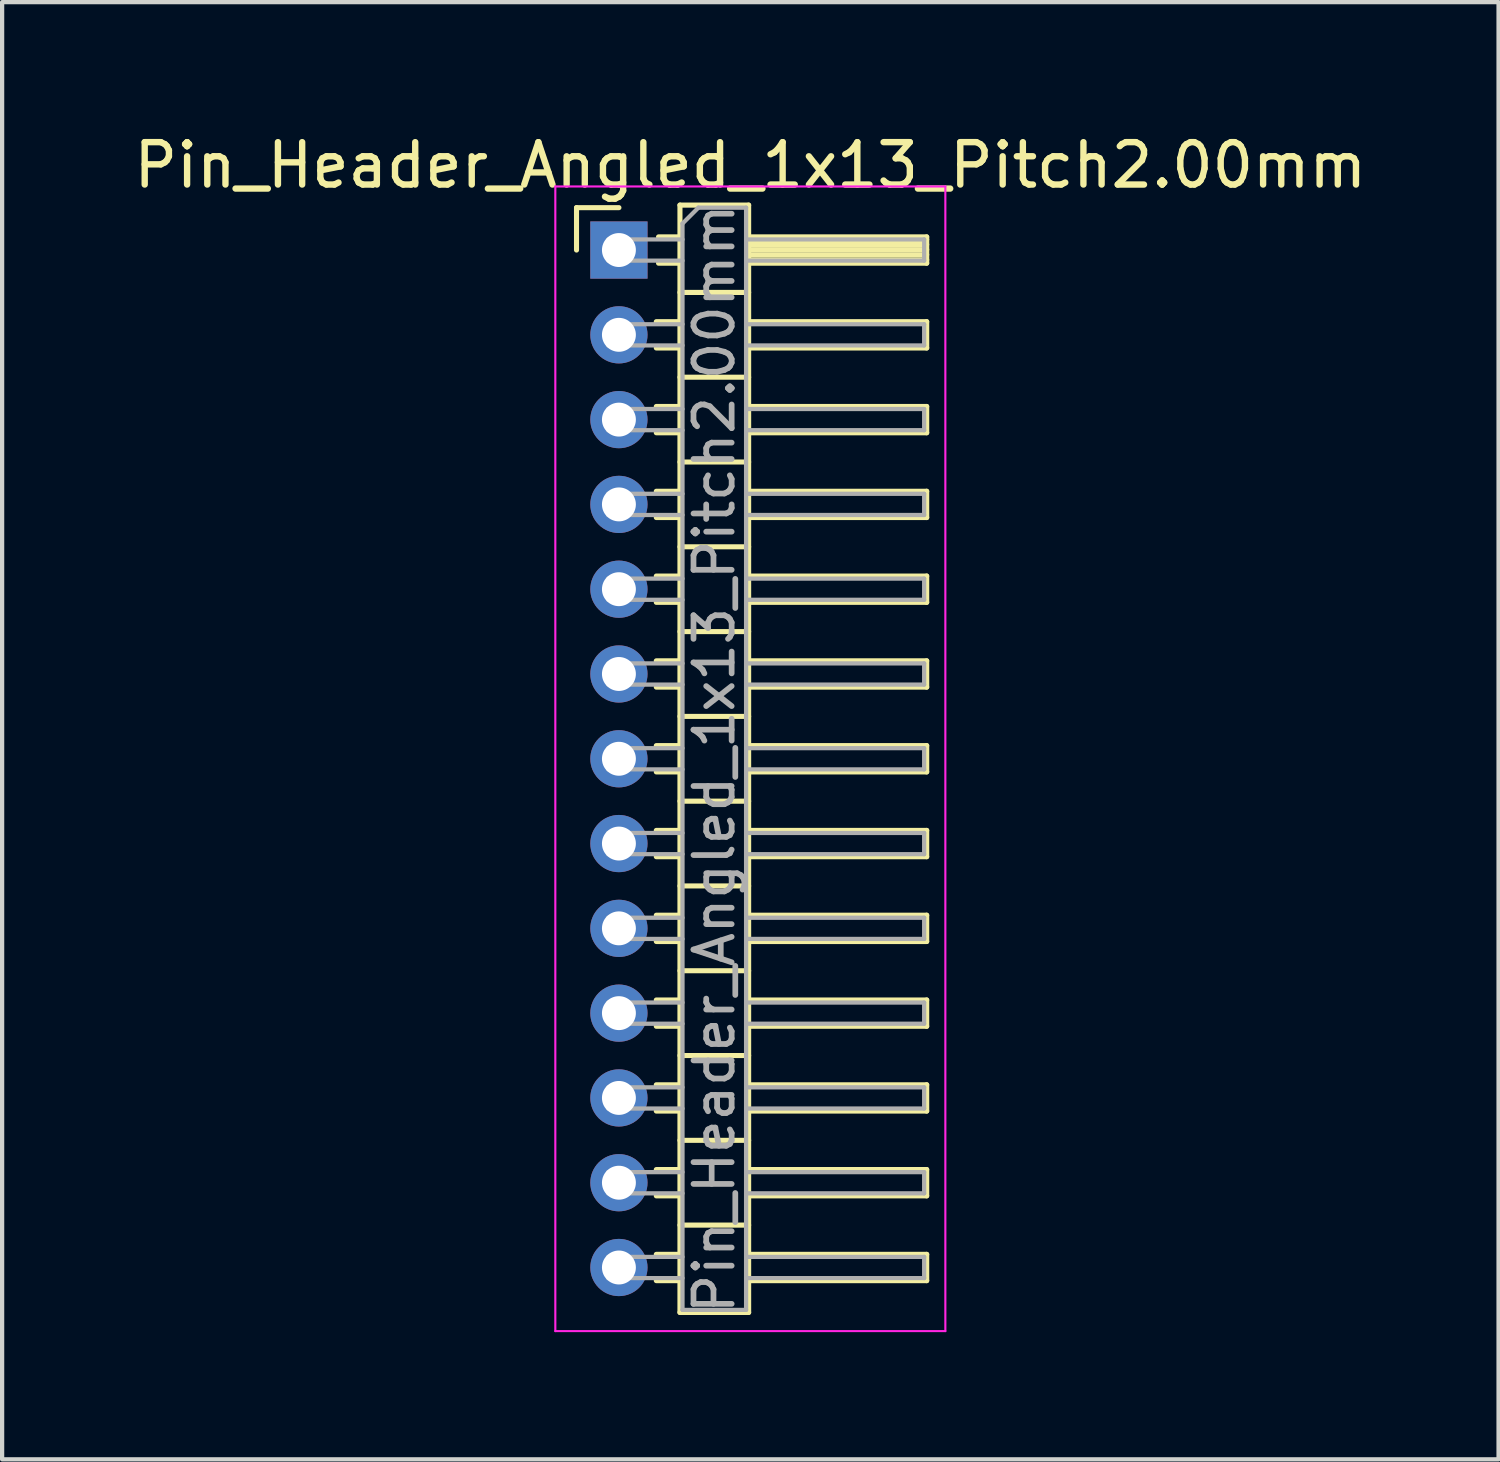
<source format=kicad_pcb>
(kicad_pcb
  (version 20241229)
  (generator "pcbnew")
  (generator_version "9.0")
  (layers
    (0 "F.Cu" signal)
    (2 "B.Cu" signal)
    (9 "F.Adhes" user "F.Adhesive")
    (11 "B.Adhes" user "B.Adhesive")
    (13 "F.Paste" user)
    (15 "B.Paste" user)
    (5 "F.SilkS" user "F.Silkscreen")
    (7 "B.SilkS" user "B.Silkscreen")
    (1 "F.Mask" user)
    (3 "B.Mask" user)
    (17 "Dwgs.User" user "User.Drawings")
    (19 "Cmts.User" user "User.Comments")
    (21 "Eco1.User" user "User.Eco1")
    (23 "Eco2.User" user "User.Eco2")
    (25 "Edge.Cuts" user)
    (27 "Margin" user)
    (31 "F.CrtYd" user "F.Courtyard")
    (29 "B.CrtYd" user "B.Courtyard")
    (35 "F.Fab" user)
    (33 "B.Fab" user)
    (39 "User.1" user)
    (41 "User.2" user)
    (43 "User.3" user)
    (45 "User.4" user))
  (footprint "Pin_Header_Angled_1x13_Pitch2.00mm"
    (layer "F.Cu")
    (at 11.549 2.848)
    (property "Reference" "Pin_Header_Angled_1x13_Pitch2.00mm" (at 3.1 -2 0) (layer "F.SilkS") (effects (font (size 1 1) (thickness 0.15))))
    (attr through_hole)
    (fp_line (start -1 -1) (end 0 -1) (stroke (width 0.12) (type solid)) (layer "F.SilkS"))
    (fp_line (start -1 0) (end -1 -1) (stroke (width 0.12) (type solid)) (layer "F.SilkS"))
    (fp_line (start 0.882 1.69) (end 1.44 1.69) (stroke (width 0.12) (type solid)) (layer "F.SilkS"))
    (fp_line (start 0.882 2.31) (end 1.44 2.31) (stroke (width 0.12) (type solid)) (layer "F.SilkS"))
    (fp_line (start 0.882 3.69) (end 1.44 3.69) (stroke (width 0.12) (type solid)) (layer "F.SilkS"))
    (fp_line (start 0.882 4.31) (end 1.44 4.31) (stroke (width 0.12) (type solid)) (layer "F.SilkS"))
    (fp_line (start 0.882 5.69) (end 1.44 5.69) (stroke (width 0.12) (type solid)) (layer "F.SilkS"))
    (fp_line (start 0.882 6.31) (end 1.44 6.31) (stroke (width 0.12) (type solid)) (layer "F.SilkS"))
    (fp_line (start 0.882 7.69) (end 1.44 7.69) (stroke (width 0.12) (type solid)) (layer "F.SilkS"))
    (fp_line (start 0.882 8.31) (end 1.44 8.31) (stroke (width 0.12) (type solid)) (layer "F.SilkS"))
    (fp_line (start 0.882 9.69) (end 1.44 9.69) (stroke (width 0.12) (type solid)) (layer "F.SilkS"))
    (fp_line (start 0.882 10.31) (end 1.44 10.31) (stroke (width 0.12) (type solid)) (layer "F.SilkS"))
    (fp_line (start 0.882 11.69) (end 1.44 11.69) (stroke (width 0.12) (type solid)) (layer "F.SilkS"))
    (fp_line (start 0.882 12.31) (end 1.44 12.31) (stroke (width 0.12) (type solid)) (layer "F.SilkS"))
    (fp_line (start 0.882 13.69) (end 1.44 13.69) (stroke (width 0.12) (type solid)) (layer "F.SilkS"))
    (fp_line (start 0.882 14.31) (end 1.44 14.31) (stroke (width 0.12) (type solid)) (layer "F.SilkS"))
    (fp_line (start 0.882 15.69) (end 1.44 15.69) (stroke (width 0.12) (type solid)) (layer "F.SilkS"))
    (fp_line (start 0.882 16.31) (end 1.44 16.31) (stroke (width 0.12) (type solid)) (layer "F.SilkS"))
    (fp_line (start 0.882 17.69) (end 1.44 17.69) (stroke (width 0.12) (type solid)) (layer "F.SilkS"))
    (fp_line (start 0.882 18.31) (end 1.44 18.31) (stroke (width 0.12) (type solid)) (layer "F.SilkS"))
    (fp_line (start 0.882 19.69) (end 1.44 19.69) (stroke (width 0.12) (type solid)) (layer "F.SilkS"))
    (fp_line (start 0.882 20.31) (end 1.44 20.31) (stroke (width 0.12) (type solid)) (layer "F.SilkS"))
    (fp_line (start 0.882 21.69) (end 1.44 21.69) (stroke (width 0.12) (type solid)) (layer "F.SilkS"))
    (fp_line (start 0.882 22.31) (end 1.44 22.31) (stroke (width 0.12) (type solid)) (layer "F.SilkS"))
    (fp_line (start 0.882 23.69) (end 1.44 23.69) (stroke (width 0.12) (type solid)) (layer "F.SilkS"))
    (fp_line (start 0.882 24.31) (end 1.44 24.31) (stroke (width 0.12) (type solid)) (layer "F.SilkS"))
    (fp_line (start 0.935 -0.31) (end 1.44 -0.31) (stroke (width 0.12) (type solid)) (layer "F.SilkS"))
    (fp_line (start 0.935 0.31) (end 1.44 0.31) (stroke (width 0.12) (type solid)) (layer "F.SilkS"))
    (fp_line (start 1.44 -1.06) (end 1.44 25.06) (stroke (width 0.12) (type solid)) (layer "F.SilkS"))
    (fp_line (start 1.44 1) (end 3.06 1) (stroke (width 0.12) (type solid)) (layer "F.SilkS"))
    (fp_line (start 1.44 3) (end 3.06 3) (stroke (width 0.12) (type solid)) (layer "F.SilkS"))
    (fp_line (start 1.44 5) (end 3.06 5) (stroke (width 0.12) (type solid)) (layer "F.SilkS"))
    (fp_line (start 1.44 7) (end 3.06 7) (stroke (width 0.12) (type solid)) (layer "F.SilkS"))
    (fp_line (start 1.44 9) (end 3.06 9) (stroke (width 0.12) (type solid)) (layer "F.SilkS"))
    (fp_line (start 1.44 11) (end 3.06 11) (stroke (width 0.12) (type solid)) (layer "F.SilkS"))
    (fp_line (start 1.44 13) (end 3.06 13) (stroke (width 0.12) (type solid)) (layer "F.SilkS"))
    (fp_line (start 1.44 15) (end 3.06 15) (stroke (width 0.12) (type solid)) (layer "F.SilkS"))
    (fp_line (start 1.44 17) (end 3.06 17) (stroke (width 0.12) (type solid)) (layer "F.SilkS"))
    (fp_line (start 1.44 19) (end 3.06 19) (stroke (width 0.12) (type solid)) (layer "F.SilkS"))
    (fp_line (start 1.44 21) (end 3.06 21) (stroke (width 0.12) (type solid)) (layer "F.SilkS"))
    (fp_line (start 1.44 23) (end 3.06 23) (stroke (width 0.12) (type solid)) (layer "F.SilkS"))
    (fp_line (start 1.44 25.06) (end 3.06 25.06) (stroke (width 0.12) (type solid)) (layer "F.SilkS"))
    (fp_line (start 3.06 -1.06) (end 1.44 -1.06) (stroke (width 0.12) (type solid)) (layer "F.SilkS"))
    (fp_line (start 3.06 -0.31) (end 7.26 -0.31) (stroke (width 0.12) (type solid)) (layer "F.SilkS"))
    (fp_line (start 3.06 -0.25) (end 7.26 -0.25) (stroke (width 0.12) (type solid)) (layer "F.SilkS"))
    (fp_line (start 3.06 -0.13) (end 7.26 -0.13) (stroke (width 0.12) (type solid)) (layer "F.SilkS"))
    (fp_line (start 3.06 -0.01) (end 7.26 -0.01) (stroke (width 0.12) (type solid)) (layer "F.SilkS"))
    (fp_line (start 3.06 0.11) (end 7.26 0.11) (stroke (width 0.12) (type solid)) (layer "F.SilkS"))
    (fp_line (start 3.06 0.23) (end 7.26 0.23) (stroke (width 0.12) (type solid)) (layer "F.SilkS"))
    (fp_line (start 3.06 1.69) (end 7.26 1.69) (stroke (width 0.12) (type solid)) (layer "F.SilkS"))
    (fp_line (start 3.06 3.69) (end 7.26 3.69) (stroke (width 0.12) (type solid)) (layer "F.SilkS"))
    (fp_line (start 3.06 5.69) (end 7.26 5.69) (stroke (width 0.12) (type solid)) (layer "F.SilkS"))
    (fp_line (start 3.06 7.69) (end 7.26 7.69) (stroke (width 0.12) (type solid)) (layer "F.SilkS"))
    (fp_line (start 3.06 9.69) (end 7.26 9.69) (stroke (width 0.12) (type solid)) (layer "F.SilkS"))
    (fp_line (start 3.06 11.69) (end 7.26 11.69) (stroke (width 0.12) (type solid)) (layer "F.SilkS"))
    (fp_line (start 3.06 13.69) (end 7.26 13.69) (stroke (width 0.12) (type solid)) (layer "F.SilkS"))
    (fp_line (start 3.06 15.69) (end 7.26 15.69) (stroke (width 0.12) (type solid)) (layer "F.SilkS"))
    (fp_line (start 3.06 17.69) (end 7.26 17.69) (stroke (width 0.12) (type solid)) (layer "F.SilkS"))
    (fp_line (start 3.06 19.69) (end 7.26 19.69) (stroke (width 0.12) (type solid)) (layer "F.SilkS"))
    (fp_line (start 3.06 21.69) (end 7.26 21.69) (stroke (width 0.12) (type solid)) (layer "F.SilkS"))
    (fp_line (start 3.06 23.69) (end 7.26 23.69) (stroke (width 0.12) (type solid)) (layer "F.SilkS"))
    (fp_line (start 3.06 25.06) (end 3.06 -1.06) (stroke (width 0.12) (type solid)) (layer "F.SilkS"))
    (fp_line (start 7.26 -0.31) (end 7.26 0.31) (stroke (width 0.12) (type solid)) (layer "F.SilkS"))
    (fp_line (start 7.26 0.31) (end 3.06 0.31) (stroke (width 0.12) (type solid)) (layer "F.SilkS"))
    (fp_line (start 7.26 1.69) (end 7.26 2.31) (stroke (width 0.12) (type solid)) (layer "F.SilkS"))
    (fp_line (start 7.26 2.31) (end 3.06 2.31) (stroke (width 0.12) (type solid)) (layer "F.SilkS"))
    (fp_line (start 7.26 3.69) (end 7.26 4.31) (stroke (width 0.12) (type solid)) (layer "F.SilkS"))
    (fp_line (start 7.26 4.31) (end 3.06 4.31) (stroke (width 0.12) (type solid)) (layer "F.SilkS"))
    (fp_line (start 7.26 5.69) (end 7.26 6.31) (stroke (width 0.12) (type solid)) (layer "F.SilkS"))
    (fp_line (start 7.26 6.31) (end 3.06 6.31) (stroke (width 0.12) (type solid)) (layer "F.SilkS"))
    (fp_line (start 7.26 7.69) (end 7.26 8.31) (stroke (width 0.12) (type solid)) (layer "F.SilkS"))
    (fp_line (start 7.26 8.31) (end 3.06 8.31) (stroke (width 0.12) (type solid)) (layer "F.SilkS"))
    (fp_line (start 7.26 9.69) (end 7.26 10.31) (stroke (width 0.12) (type solid)) (layer "F.SilkS"))
    (fp_line (start 7.26 10.31) (end 3.06 10.31) (stroke (width 0.12) (type solid)) (layer "F.SilkS"))
    (fp_line (start 7.26 11.69) (end 7.26 12.31) (stroke (width 0.12) (type solid)) (layer "F.SilkS"))
    (fp_line (start 7.26 12.31) (end 3.06 12.31) (stroke (width 0.12) (type solid)) (layer "F.SilkS"))
    (fp_line (start 7.26 13.69) (end 7.26 14.31) (stroke (width 0.12) (type solid)) (layer "F.SilkS"))
    (fp_line (start 7.26 14.31) (end 3.06 14.31) (stroke (width 0.12) (type solid)) (layer "F.SilkS"))
    (fp_line (start 7.26 15.69) (end 7.26 16.31) (stroke (width 0.12) (type solid)) (layer "F.SilkS"))
    (fp_line (start 7.26 16.31) (end 3.06 16.31) (stroke (width 0.12) (type solid)) (layer "F.SilkS"))
    (fp_line (start 7.26 17.69) (end 7.26 18.31) (stroke (width 0.12) (type solid)) (layer "F.SilkS"))
    (fp_line (start 7.26 18.31) (end 3.06 18.31) (stroke (width 0.12) (type solid)) (layer "F.SilkS"))
    (fp_line (start 7.26 19.69) (end 7.26 20.31) (stroke (width 0.12) (type solid)) (layer "F.SilkS"))
    (fp_line (start 7.26 20.31) (end 3.06 20.31) (stroke (width 0.12) (type solid)) (layer "F.SilkS"))
    (fp_line (start 7.26 21.69) (end 7.26 22.31) (stroke (width 0.12) (type solid)) (layer "F.SilkS"))
    (fp_line (start 7.26 22.31) (end 3.06 22.31) (stroke (width 0.12) (type solid)) (layer "F.SilkS"))
    (fp_line (start 7.26 23.69) (end 7.26 24.31) (stroke (width 0.12) (type solid)) (layer "F.SilkS"))
    (fp_line (start 7.26 24.31) (end 3.06 24.31) (stroke (width 0.12) (type solid)) (layer "F.SilkS"))
    (fp_line (start -1.5 -1.5) (end -1.5 25.5) (stroke (width 0.05) (type solid)) (layer "F.CrtYd"))
    (fp_line (start -1.5 25.5) (end 7.7 25.5) (stroke (width 0.05) (type solid)) (layer "F.CrtYd"))
    (fp_line (start 7.7 -1.5) (end -1.5 -1.5) (stroke (width 0.05) (type solid)) (layer "F.CrtYd"))
    (fp_line (start 7.7 25.5) (end 7.7 -1.5) (stroke (width 0.05) (type solid)) (layer "F.CrtYd"))
    (fp_line (start -0.25 -0.25) (end -0.25 0.25) (stroke (width 0.1) (type solid)) (layer "F.Fab"))
    (fp_line (start -0.25 -0.25) (end 1.5 -0.25) (stroke (width 0.1) (type solid)) (layer "F.Fab"))
    (fp_line (start -0.25 0.25) (end 1.5 0.25) (stroke (width 0.1) (type solid)) (layer "F.Fab"))
    (fp_line (start -0.25 1.75) (end -0.25 2.25) (stroke (width 0.1) (type solid)) (layer "F.Fab"))
    (fp_line (start -0.25 1.75) (end 1.5 1.75) (stroke (width 0.1) (type solid)) (layer "F.Fab"))
    (fp_line (start -0.25 2.25) (end 1.5 2.25) (stroke (width 0.1) (type solid)) (layer "F.Fab"))
    (fp_line (start -0.25 3.75) (end -0.25 4.25) (stroke (width 0.1) (type solid)) (layer "F.Fab"))
    (fp_line (start -0.25 3.75) (end 1.5 3.75) (stroke (width 0.1) (type solid)) (layer "F.Fab"))
    (fp_line (start -0.25 4.25) (end 1.5 4.25) (stroke (width 0.1) (type solid)) (layer "F.Fab"))
    (fp_line (start -0.25 5.75) (end -0.25 6.25) (stroke (width 0.1) (type solid)) (layer "F.Fab"))
    (fp_line (start -0.25 5.75) (end 1.5 5.75) (stroke (width 0.1) (type solid)) (layer "F.Fab"))
    (fp_line (start -0.25 6.25) (end 1.5 6.25) (stroke (width 0.1) (type solid)) (layer "F.Fab"))
    (fp_line (start -0.25 7.75) (end -0.25 8.25) (stroke (width 0.1) (type solid)) (layer "F.Fab"))
    (fp_line (start -0.25 7.75) (end 1.5 7.75) (stroke (width 0.1) (type solid)) (layer "F.Fab"))
    (fp_line (start -0.25 8.25) (end 1.5 8.25) (stroke (width 0.1) (type solid)) (layer "F.Fab"))
    (fp_line (start -0.25 9.75) (end -0.25 10.25) (stroke (width 0.1) (type solid)) (layer "F.Fab"))
    (fp_line (start -0.25 9.75) (end 1.5 9.75) (stroke (width 0.1) (type solid)) (layer "F.Fab"))
    (fp_line (start -0.25 10.25) (end 1.5 10.25) (stroke (width 0.1) (type solid)) (layer "F.Fab"))
    (fp_line (start -0.25 11.75) (end -0.25 12.25) (stroke (width 0.1) (type solid)) (layer "F.Fab"))
    (fp_line (start -0.25 11.75) (end 1.5 11.75) (stroke (width 0.1) (type solid)) (layer "F.Fab"))
    (fp_line (start -0.25 12.25) (end 1.5 12.25) (stroke (width 0.1) (type solid)) (layer "F.Fab"))
    (fp_line (start -0.25 13.75) (end -0.25 14.25) (stroke (width 0.1) (type solid)) (layer "F.Fab"))
    (fp_line (start -0.25 13.75) (end 1.5 13.75) (stroke (width 0.1) (type solid)) (layer "F.Fab"))
    (fp_line (start -0.25 14.25) (end 1.5 14.25) (stroke (width 0.1) (type solid)) (layer "F.Fab"))
    (fp_line (start -0.25 15.75) (end -0.25 16.25) (stroke (width 0.1) (type solid)) (layer "F.Fab"))
    (fp_line (start -0.25 15.75) (end 1.5 15.75) (stroke (width 0.1) (type solid)) (layer "F.Fab"))
    (fp_line (start -0.25 16.25) (end 1.5 16.25) (stroke (width 0.1) (type solid)) (layer "F.Fab"))
    (fp_line (start -0.25 17.75) (end -0.25 18.25) (stroke (width 0.1) (type solid)) (layer "F.Fab"))
    (fp_line (start -0.25 17.75) (end 1.5 17.75) (stroke (width 0.1) (type solid)) (layer "F.Fab"))
    (fp_line (start -0.25 18.25) (end 1.5 18.25) (stroke (width 0.1) (type solid)) (layer "F.Fab"))
    (fp_line (start -0.25 19.75) (end -0.25 20.25) (stroke (width 0.1) (type solid)) (layer "F.Fab"))
    (fp_line (start -0.25 19.75) (end 1.5 19.75) (stroke (width 0.1) (type solid)) (layer "F.Fab"))
    (fp_line (start -0.25 20.25) (end 1.5 20.25) (stroke (width 0.1) (type solid)) (layer "F.Fab"))
    (fp_line (start -0.25 21.75) (end -0.25 22.25) (stroke (width 0.1) (type solid)) (layer "F.Fab"))
    (fp_line (start -0.25 21.75) (end 1.5 21.75) (stroke (width 0.1) (type solid)) (layer "F.Fab"))
    (fp_line (start -0.25 22.25) (end 1.5 22.25) (stroke (width 0.1) (type solid)) (layer "F.Fab"))
    (fp_line (start -0.25 23.75) (end -0.25 24.25) (stroke (width 0.1) (type solid)) (layer "F.Fab"))
    (fp_line (start -0.25 23.75) (end 1.5 23.75) (stroke (width 0.1) (type solid)) (layer "F.Fab"))
    (fp_line (start -0.25 24.25) (end 1.5 24.25) (stroke (width 0.1) (type solid)) (layer "F.Fab"))
    (fp_line (start 1.5 -0.625) (end 1.875 -1) (stroke (width 0.1) (type solid)) (layer "F.Fab"))
    (fp_line (start 1.5 25) (end 1.5 -0.625) (stroke (width 0.1) (type solid)) (layer "F.Fab"))
    (fp_line (start 1.875 -1) (end 3 -1) (stroke (width 0.1) (type solid)) (layer "F.Fab"))
    (fp_line (start 3 -1) (end 3 25) (stroke (width 0.1) (type solid)) (layer "F.Fab"))
    (fp_line (start 3 -0.25) (end 7.2 -0.25) (stroke (width 0.1) (type solid)) (layer "F.Fab"))
    (fp_line (start 3 0.25) (end 7.2 0.25) (stroke (width 0.1) (type solid)) (layer "F.Fab"))
    (fp_line (start 3 1.75) (end 7.2 1.75) (stroke (width 0.1) (type solid)) (layer "F.Fab"))
    (fp_line (start 3 2.25) (end 7.2 2.25) (stroke (width 0.1) (type solid)) (layer "F.Fab"))
    (fp_line (start 3 3.75) (end 7.2 3.75) (stroke (width 0.1) (type solid)) (layer "F.Fab"))
    (fp_line (start 3 4.25) (end 7.2 4.25) (stroke (width 0.1) (type solid)) (layer "F.Fab"))
    (fp_line (start 3 5.75) (end 7.2 5.75) (stroke (width 0.1) (type solid)) (layer "F.Fab"))
    (fp_line (start 3 6.25) (end 7.2 6.25) (stroke (width 0.1) (type solid)) (layer "F.Fab"))
    (fp_line (start 3 7.75) (end 7.2 7.75) (stroke (width 0.1) (type solid)) (layer "F.Fab"))
    (fp_line (start 3 8.25) (end 7.2 8.25) (stroke (width 0.1) (type solid)) (layer "F.Fab"))
    (fp_line (start 3 9.75) (end 7.2 9.75) (stroke (width 0.1) (type solid)) (layer "F.Fab"))
    (fp_line (start 3 10.25) (end 7.2 10.25) (stroke (width 0.1) (type solid)) (layer "F.Fab"))
    (fp_line (start 3 11.75) (end 7.2 11.75) (stroke (width 0.1) (type solid)) (layer "F.Fab"))
    (fp_line (start 3 12.25) (end 7.2 12.25) (stroke (width 0.1) (type solid)) (layer "F.Fab"))
    (fp_line (start 3 13.75) (end 7.2 13.75) (stroke (width 0.1) (type solid)) (layer "F.Fab"))
    (fp_line (start 3 14.25) (end 7.2 14.25) (stroke (width 0.1) (type solid)) (layer "F.Fab"))
    (fp_line (start 3 15.75) (end 7.2 15.75) (stroke (width 0.1) (type solid)) (layer "F.Fab"))
    (fp_line (start 3 16.25) (end 7.2 16.25) (stroke (width 0.1) (type solid)) (layer "F.Fab"))
    (fp_line (start 3 17.75) (end 7.2 17.75) (stroke (width 0.1) (type solid)) (layer "F.Fab"))
    (fp_line (start 3 18.25) (end 7.2 18.25) (stroke (width 0.1) (type solid)) (layer "F.Fab"))
    (fp_line (start 3 19.75) (end 7.2 19.75) (stroke (width 0.1) (type solid)) (layer "F.Fab"))
    (fp_line (start 3 20.25) (end 7.2 20.25) (stroke (width 0.1) (type solid)) (layer "F.Fab"))
    (fp_line (start 3 21.75) (end 7.2 21.75) (stroke (width 0.1) (type solid)) (layer "F.Fab"))
    (fp_line (start 3 22.25) (end 7.2 22.25) (stroke (width 0.1) (type solid)) (layer "F.Fab"))
    (fp_line (start 3 23.75) (end 7.2 23.75) (stroke (width 0.1) (type solid)) (layer "F.Fab"))
    (fp_line (start 3 24.25) (end 7.2 24.25) (stroke (width 0.1) (type solid)) (layer "F.Fab"))
    (fp_line (start 3 25) (end 1.5 25) (stroke (width 0.1) (type solid)) (layer "F.Fab"))
    (fp_line (start 7.2 -0.25) (end 7.2 0.25) (stroke (width 0.1) (type solid)) (layer "F.Fab"))
    (fp_line (start 7.2 1.75) (end 7.2 2.25) (stroke (width 0.1) (type solid)) (layer "F.Fab"))
    (fp_line (start 7.2 3.75) (end 7.2 4.25) (stroke (width 0.1) (type solid)) (layer "F.Fab"))
    (fp_line (start 7.2 5.75) (end 7.2 6.25) (stroke (width 0.1) (type solid)) (layer "F.Fab"))
    (fp_line (start 7.2 7.75) (end 7.2 8.25) (stroke (width 0.1) (type solid)) (layer "F.Fab"))
    (fp_line (start 7.2 9.75) (end 7.2 10.25) (stroke (width 0.1) (type solid)) (layer "F.Fab"))
    (fp_line (start 7.2 11.75) (end 7.2 12.25) (stroke (width 0.1) (type solid)) (layer "F.Fab"))
    (fp_line (start 7.2 13.75) (end 7.2 14.25) (stroke (width 0.1) (type solid)) (layer "F.Fab"))
    (fp_line (start 7.2 15.75) (end 7.2 16.25) (stroke (width 0.1) (type solid)) (layer "F.Fab"))
    (fp_line (start 7.2 17.75) (end 7.2 18.25) (stroke (width 0.1) (type solid)) (layer "F.Fab"))
    (fp_line (start 7.2 19.75) (end 7.2 20.25) (stroke (width 0.1) (type solid)) (layer "F.Fab"))
    (fp_line (start 7.2 21.75) (end 7.2 22.25) (stroke (width 0.1) (type solid)) (layer "F.Fab"))
    (fp_line (start 7.2 23.75) (end 7.2 24.25) (stroke (width 0.1) (type solid)) (layer "F.Fab"))
    (fp_text user "${REFERENCE}" (at 2.25 12 90) (layer "F.Fab") (effects (font (size 0.9 0.9) (thickness 0.135))))
    (pad "1" thru_hole rect (at 0 0) (size 1.35 1.35) (drill 0.8) (layers "*.Cu" "*.Mask"))
    (pad "2" thru_hole oval (at 0 2) (size 1.35 1.35) (drill 0.8) (layers "*.Cu" "*.Mask"))
    (pad "3" thru_hole oval (at 0 4) (size 1.35 1.35) (drill 0.8) (layers "*.Cu" "*.Mask"))
    (pad "4" thru_hole oval (at 0 6) (size 1.35 1.35) (drill 0.8) (layers "*.Cu" "*.Mask"))
    (pad "5" thru_hole oval (at 0 8) (size 1.35 1.35) (drill 0.8) (layers "*.Cu" "*.Mask"))
    (pad "6" thru_hole oval (at 0 10) (size 1.35 1.35) (drill 0.8) (layers "*.Cu" "*.Mask"))
    (pad "7" thru_hole oval (at 0 12) (size 1.35 1.35) (drill 0.8) (layers "*.Cu" "*.Mask"))
    (pad "8" thru_hole oval (at 0 14) (size 1.35 1.35) (drill 0.8) (layers "*.Cu" "*.Mask"))
    (pad "9" thru_hole oval (at 0 16) (size 1.35 1.35) (drill 0.8) (layers "*.Cu" "*.Mask"))
    (pad "10" thru_hole oval (at 0 18) (size 1.35 1.35) (drill 0.8) (layers "*.Cu" "*.Mask"))
    (pad "11" thru_hole oval (at 0 20) (size 1.35 1.35) (drill 0.8) (layers "*.Cu" "*.Mask"))
    (pad "12" thru_hole oval (at 0 22) (size 1.35 1.35) (drill 0.8) (layers "*.Cu" "*.Mask"))
    (pad "13" thru_hole oval (at 0 24) (size 1.35 1.35) (drill 0.8) (layers "*.Cu" "*.Mask")))
  (gr_rect
    (start -3 -3)
    (end 32.298 31.373)
    (stroke (width 0.1) (type default))
    (fill no)
    (layer "Edge.Cuts")))
</source>
